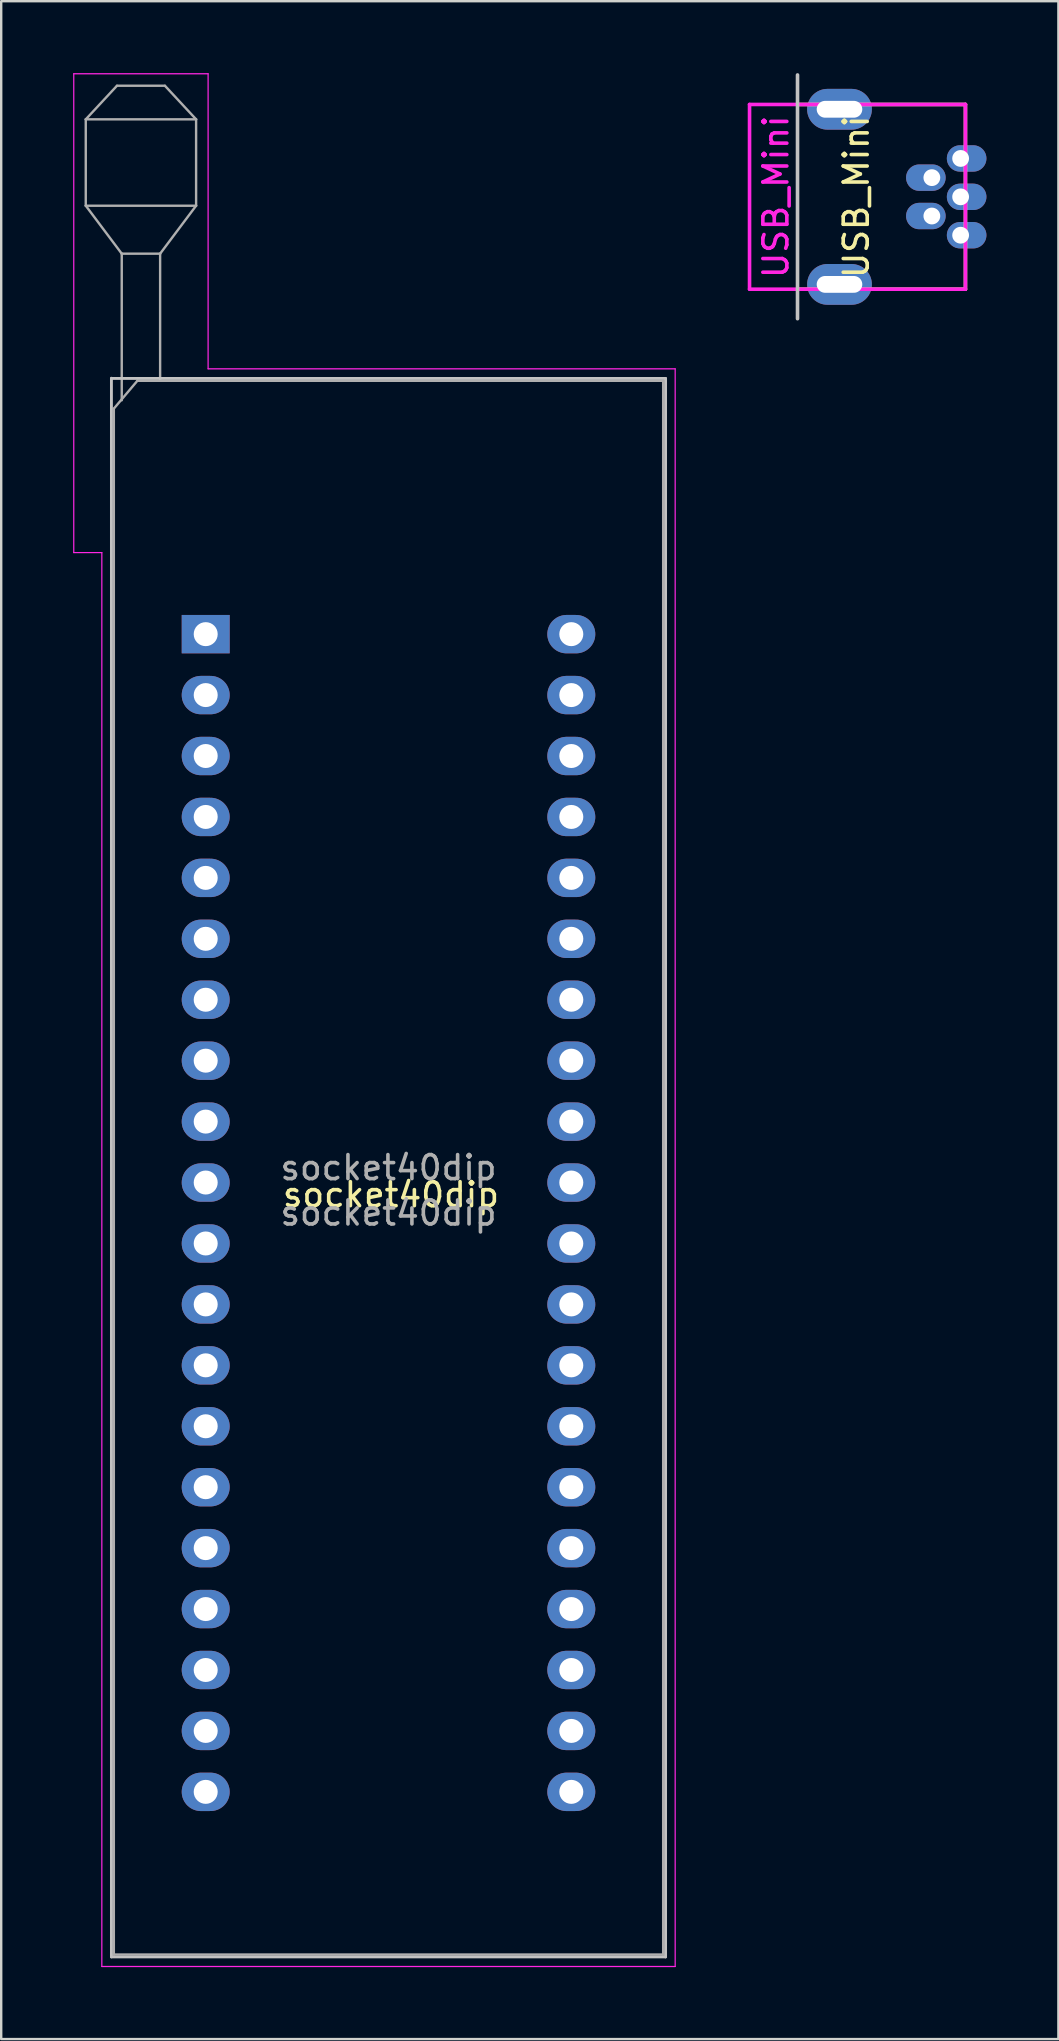
<source format=kicad_pcb>
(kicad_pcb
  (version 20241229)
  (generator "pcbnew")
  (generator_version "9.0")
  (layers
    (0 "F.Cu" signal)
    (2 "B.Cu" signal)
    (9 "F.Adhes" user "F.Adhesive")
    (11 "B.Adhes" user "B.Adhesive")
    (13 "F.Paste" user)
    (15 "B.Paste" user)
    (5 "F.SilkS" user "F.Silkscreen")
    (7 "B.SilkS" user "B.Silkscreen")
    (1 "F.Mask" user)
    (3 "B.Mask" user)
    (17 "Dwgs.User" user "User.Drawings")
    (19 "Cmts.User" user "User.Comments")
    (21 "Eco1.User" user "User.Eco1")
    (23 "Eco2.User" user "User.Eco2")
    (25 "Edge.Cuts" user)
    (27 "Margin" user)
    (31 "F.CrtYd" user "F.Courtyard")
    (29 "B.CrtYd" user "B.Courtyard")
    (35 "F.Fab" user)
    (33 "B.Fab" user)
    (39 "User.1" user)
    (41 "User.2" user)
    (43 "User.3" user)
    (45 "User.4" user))
  (footprint "USB_Mini"
    (layer "F.Cu")
    (at 30.195 5.155)
    (property "Reference" "USB_Mini" (at -0.9 0 90) (layer "F.CrtYd") (effects (font (size 1 1) (thickness 0.15))))
    (attr smd)
    (fp_line (start 0 -3.85) (end 7 -3.85) (stroke (width 0.15) (type solid)) (layer "F.SilkS"))
    (fp_line (start 7 -3.85) (end 7 3.85) (stroke (width 0.15) (type solid)) (layer "F.SilkS"))
    (fp_line (start 7 3.85) (end 0 3.85) (stroke (width 0.15) (type solid)) (layer "F.SilkS"))
    (fp_line (start 0 -5.08) (end 0 5.08) (stroke (width 0.15) (type solid)) (layer "Dwgs.User"))
    (fp_line (start -2 -3.85) (end -2 3.85) (stroke (width 0.15) (type solid)) (layer "F.CrtYd"))
    (fp_line (start -2 -3.85) (end 7 -3.85) (stroke (width 0.15) (type solid)) (layer "F.CrtYd"))
    (fp_line (start -2 3.85) (end 7 3.85) (stroke (width 0.15) (type solid)) (layer "F.CrtYd"))
    (fp_line (start 7 3.85) (end 7 -3.85) (stroke (width 0.15) (type solid)) (layer "F.CrtYd"))
    (fp_text user "${REFERENCE}" (at 2.45 0 90) (layer "F.SilkS") (effects (font (size 1 1) (thickness 0.15))))
    (pad "1" thru_hole oval (at 6.8 -1.6) (size 1.65 1.1) (drill oval 0.7 (offset 0.25 0)) (layers "*.Cu" "B.Mask"))
    (pad "2" thru_hole oval (at 5.6 -0.8 180) (size 1.65 1.1) (drill oval 0.7 (offset 0.25 0)) (layers "*.Cu" "B.Mask"))
    (pad "3" thru_hole oval (at 6.8 0) (size 1.65 1.1) (drill oval 0.7 (offset 0.25 0)) (layers "*.Cu" "B.Mask"))
    (pad "4" thru_hole oval (at 5.6 0.8 180) (size 1.65 1.1) (drill oval 0.7 (offset 0.25 0)) (layers "*.Cu" "B.Mask"))
    (pad "5" thru_hole oval (at 6.8 1.6) (size 1.65 1.1) (drill oval 0.7 (offset 0.25 0)) (layers "*.Cu" "B.Mask"))
    (pad "6" thru_hole oval (at 1.75 -3.65) (size 2.7 1.7) (drill oval 1.9 0.7) (layers "*.Cu" "*.Mask"))
    (pad "6" thru_hole oval (at 1.75 3.65) (size 2.7 1.7) (drill oval 1.9 0.7) (layers "*.Cu" "*.Mask")))
  (footprint "socket40dip"
    (layer "F.Cu")
    (at 5.525 23.385)
    (property "Reference" "socket40dip" (at 7.722 23.368 180) (layer "F.SilkS") (effects (font (size 1 1) (thickness 0.15))))
    (attr through_hole)
    (fp_line (start -3.93 -10.668) (end -3.93 55.14) (stroke (width 0.12) (type solid)) (layer "Dwgs.User"))
    (fp_line (start -3.93 55.14) (end 19.17 55.14) (stroke (width 0.12) (type solid)) (layer "Dwgs.User"))
    (fp_line (start 19.17 -10.66) (end -3.93 -10.66) (stroke (width 0.12) (type solid)) (layer "Dwgs.User"))
    (fp_line (start 19.17 55.14) (end 19.17 -10.66) (stroke (width 0.12) (type solid)) (layer "Dwgs.User"))
    (fp_line (start -5.5 -23.36) (end 0.1 -23.36) (stroke (width 0.05) (type solid)) (layer "F.CrtYd"))
    (fp_line (start -5.5 -3.4) (end -5.5 -23.36) (stroke (width 0.05) (type solid)) (layer "F.CrtYd"))
    (fp_line (start -4.33 -3.4) (end -5.5 -3.4) (stroke (width 0.05) (type solid)) (layer "F.CrtYd"))
    (fp_line (start -4.33 55.54) (end -4.33 -3.4) (stroke (width 0.05) (type solid)) (layer "F.CrtYd"))
    (fp_line (start 0.1 -23.36) (end 0.1 -11.06) (stroke (width 0.05) (type solid)) (layer "F.CrtYd"))
    (fp_line (start 0.1 -11.06) (end 19.57 -11.06) (stroke (width 0.05) (type solid)) (layer "F.CrtYd"))
    (fp_line (start 19.57 -11.06) (end 19.57 55.54) (stroke (width 0.05) (type solid)) (layer "F.CrtYd"))
    (fp_line (start 19.57 55.54) (end -4.33 55.54) (stroke (width 0.05) (type solid)) (layer "F.CrtYd"))
    (fp_line (start -5 -21.46) (end -5 -17.86) (stroke (width 0.1) (type solid)) (layer "F.Fab"))
    (fp_line (start -5 -21.46) (end -3.7 -22.86) (stroke (width 0.1) (type solid)) (layer "F.Fab"))
    (fp_line (start -5 -17.86) (end -3.5 -15.86) (stroke (width 0.1) (type solid)) (layer "F.Fab"))
    (fp_line (start -5 -17.86) (end -0.4 -17.86) (stroke (width 0.1) (type solid)) (layer "F.Fab"))
    (fp_line (start -3.83 -9.4) (end -2.85 -10.56) (stroke (width 0.1) (type solid)) (layer "F.Fab"))
    (fp_line (start -3.83 55.04) (end -3.83 -9.4) (stroke (width 0.1) (type solid)) (layer "F.Fab"))
    (fp_line (start -3.7 -22.86) (end -1.7 -22.86) (stroke (width 0.1) (type solid)) (layer "F.Fab"))
    (fp_line (start -3.5 -15.86) (end -1.9 -15.86) (stroke (width 0.1) (type solid)) (layer "F.Fab"))
    (fp_line (start -3.5 -9.75) (end -3.5 -15.86) (stroke (width 0.1) (type solid)) (layer "F.Fab"))
    (fp_line (start -2.85 -10.56) (end 19.07 -10.56) (stroke (width 0.1) (type solid)) (layer "F.Fab"))
    (fp_line (start -1.9 -15.86) (end -1.9 -10.56) (stroke (width 0.1) (type solid)) (layer "F.Fab"))
    (fp_line (start -1.7 -22.86) (end -0.4 -21.46) (stroke (width 0.1) (type solid)) (layer "F.Fab"))
    (fp_line (start -0.4 -21.46) (end -5 -21.46) (stroke (width 0.1) (type solid)) (layer "F.Fab"))
    (fp_line (start -0.4 -17.86) (end -1.9 -15.86) (stroke (width 0.1) (type solid)) (layer "F.Fab"))
    (fp_line (start -0.4 -17.86) (end -0.4 -21.46) (stroke (width 0.1) (type solid)) (layer "F.Fab"))
    (fp_line (start 19.07 -10.56) (end 19.07 55.04) (stroke (width 0.1) (type solid)) (layer "F.Fab"))
    (fp_line (start 19.07 55.04) (end -3.83 55.04) (stroke (width 0.1) (type solid)) (layer "F.Fab"))
    (fp_text user "${REFERENCE}" (at 7.62 24.13 0) (layer "F.Fab") (effects (font (size 1 1) (thickness 0.15))))
    (fp_text user "${REFERENCE}" (at 7.62 22.24 180) (layer "F.Fab") (effects (font (size 1 1) (thickness 0.15))))
    (pad "1" thru_hole rect (at 0 0) (size 2 1.6) (drill 1) (layers "*.Cu" "*.Mask"))
    (pad "2" thru_hole oval (at 0 2.54) (size 2 1.6) (drill 1) (layers "*.Cu" "*.Mask"))
    (pad "3" thru_hole oval (at 0 5.08) (size 2 1.6) (drill 1) (layers "*.Cu" "*.Mask"))
    (pad "4" thru_hole oval (at 0 7.62) (size 2 1.6) (drill 1) (layers "*.Cu" "*.Mask"))
    (pad "5" thru_hole oval (at 0 10.16) (size 2 1.6) (drill 1) (layers "*.Cu" "*.Mask"))
    (pad "6" thru_hole oval (at 0 12.7) (size 2 1.6) (drill 1) (layers "*.Cu" "*.Mask"))
    (pad "7" thru_hole oval (at 0 15.24) (size 2 1.6) (drill 1) (layers "*.Cu" "*.Mask"))
    (pad "8" thru_hole oval (at 0 17.78) (size 2 1.6) (drill 1) (layers "*.Cu" "*.Mask"))
    (pad "9" thru_hole oval (at 0 20.32) (size 2 1.6) (drill 1) (layers "*.Cu" "*.Mask"))
    (pad "10" thru_hole oval (at 0 22.86) (size 2 1.6) (drill 1) (layers "*.Cu" "*.Mask"))
    (pad "11" thru_hole oval (at 0 25.4) (size 2 1.6) (drill 1) (layers "*.Cu" "*.Mask"))
    (pad "12" thru_hole oval (at 0 27.94) (size 2 1.6) (drill 1) (layers "*.Cu" "*.Mask"))
    (pad "13" thru_hole oval (at 0 30.48) (size 2 1.6) (drill 1) (layers "*.Cu" "*.Mask"))
    (pad "14" thru_hole oval (at 0 33.02) (size 2 1.6) (drill 1) (layers "*.Cu" "*.Mask"))
    (pad "15" thru_hole oval (at 0 35.56) (size 2 1.6) (drill 1) (layers "*.Cu" "*.Mask"))
    (pad "16" thru_hole oval (at 0 38.1) (size 2 1.6) (drill 1) (layers "*.Cu" "*.Mask"))
    (pad "17" thru_hole oval (at 0 40.64) (size 2 1.6) (drill 1) (layers "*.Cu" "*.Mask"))
    (pad "18" thru_hole oval (at 0 43.18) (size 2 1.6) (drill 1) (layers "*.Cu" "*.Mask"))
    (pad "19" thru_hole oval (at 0 45.72) (size 2 1.6) (drill 1) (layers "*.Cu" "*.Mask"))
    (pad "20" thru_hole oval (at 0 48.26) (size 2 1.6) (drill 1) (layers "*.Cu" "*.Mask"))
    (pad "21" thru_hole oval (at 15.24 48.26) (size 2 1.6) (drill 1) (layers "*.Cu" "*.Mask"))
    (pad "22" thru_hole oval (at 15.24 45.72) (size 2 1.6) (drill 1) (layers "*.Cu" "*.Mask"))
    (pad "23" thru_hole oval (at 15.24 43.18) (size 2 1.6) (drill 1) (layers "*.Cu" "*.Mask"))
    (pad "24" thru_hole oval (at 15.24 40.64) (size 2 1.6) (drill 1) (layers "*.Cu" "*.Mask"))
    (pad "25" thru_hole oval (at 15.24 38.1) (size 2 1.6) (drill 1) (layers "*.Cu" "*.Mask"))
    (pad "26" thru_hole oval (at 15.24 35.56) (size 2 1.6) (drill 1) (layers "*.Cu" "*.Mask"))
    (pad "27" thru_hole oval (at 15.24 33.02) (size 2 1.6) (drill 1) (layers "*.Cu" "*.Mask"))
    (pad "28" thru_hole oval (at 15.24 30.48) (size 2 1.6) (drill 1) (layers "*.Cu" "*.Mask"))
    (pad "29" thru_hole oval (at 15.24 27.94) (size 2 1.6) (drill 1) (layers "*.Cu" "*.Mask"))
    (pad "30" thru_hole oval (at 15.24 25.4) (size 2 1.6) (drill 1) (layers "*.Cu" "*.Mask"))
    (pad "31" thru_hole oval (at 15.24 22.86) (size 2 1.6) (drill 1) (layers "*.Cu" "*.Mask"))
    (pad "32" thru_hole oval (at 15.24 20.32) (size 2 1.6) (drill 1) (layers "*.Cu" "*.Mask"))
    (pad "33" thru_hole oval (at 15.24 17.78) (size 2 1.6) (drill 1) (layers "*.Cu" "*.Mask"))
    (pad "34" thru_hole oval (at 15.24 15.24) (size 2 1.6) (drill 1) (layers "*.Cu" "*.Mask"))
    (pad "35" thru_hole oval (at 15.24 12.7) (size 2 1.6) (drill 1) (layers "*.Cu" "*.Mask"))
    (pad "36" thru_hole oval (at 15.24 10.16) (size 2 1.6) (drill 1) (layers "*.Cu" "*.Mask"))
    (pad "37" thru_hole oval (at 15.24 7.62) (size 2 1.6) (drill 1) (layers "*.Cu" "*.Mask"))
    (pad "38" thru_hole oval (at 15.24 5.08) (size 2 1.6) (drill 1) (layers "*.Cu" "*.Mask"))
    (pad "39" thru_hole oval (at 15.24 2.54) (size 2 1.6) (drill 1) (layers "*.Cu" "*.Mask"))
    (pad "40" thru_hole oval (at 15.24 0) (size 2 1.6) (drill 1) (layers "*.Cu" "*.Mask")))
  (gr_rect
    (start -3 -3)
    (end 41.07 81.95)
    (stroke (width 0.1) (type default))
    (fill no)
    (layer "Edge.Cuts")))
</source>
